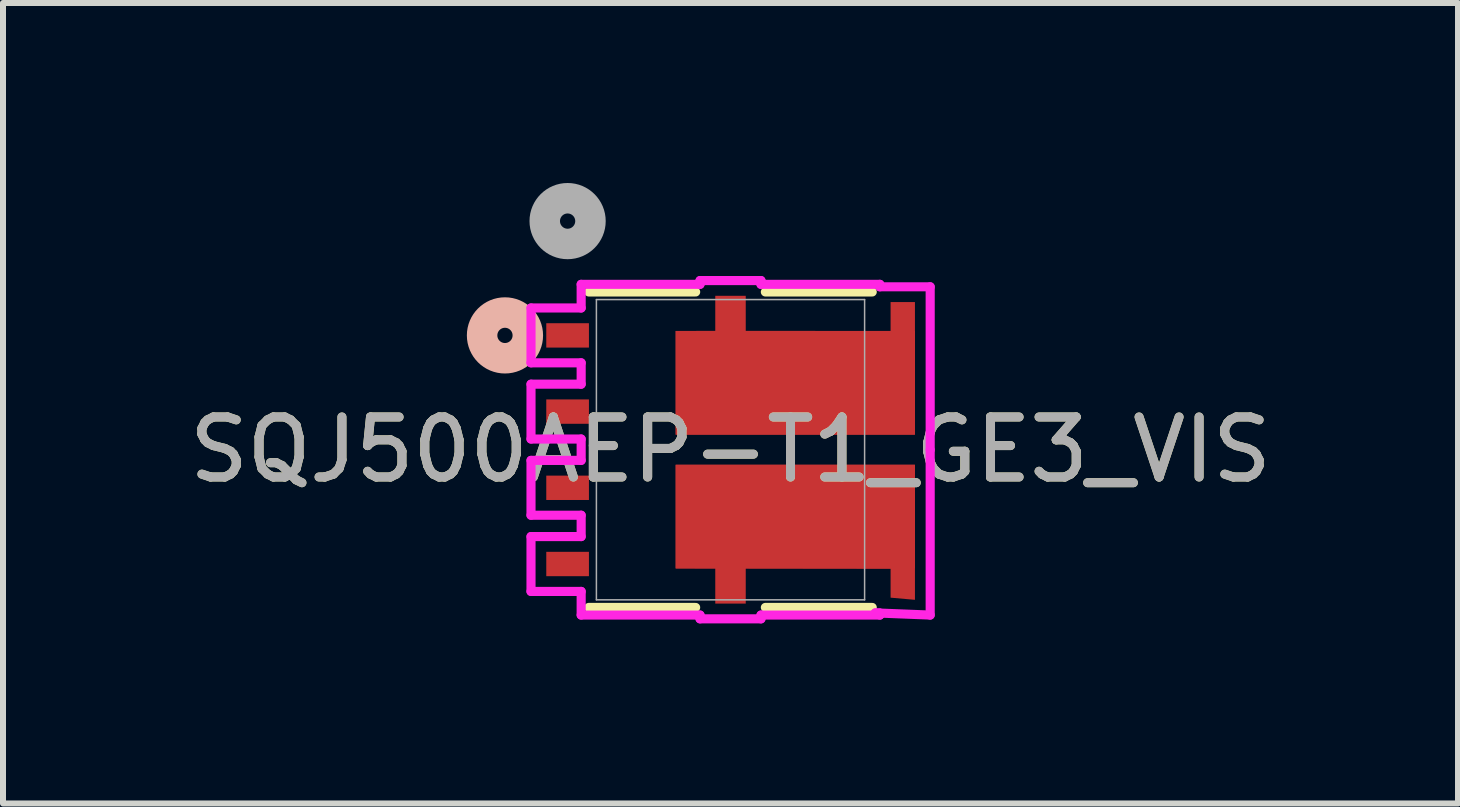
<source format=kicad_pcb>
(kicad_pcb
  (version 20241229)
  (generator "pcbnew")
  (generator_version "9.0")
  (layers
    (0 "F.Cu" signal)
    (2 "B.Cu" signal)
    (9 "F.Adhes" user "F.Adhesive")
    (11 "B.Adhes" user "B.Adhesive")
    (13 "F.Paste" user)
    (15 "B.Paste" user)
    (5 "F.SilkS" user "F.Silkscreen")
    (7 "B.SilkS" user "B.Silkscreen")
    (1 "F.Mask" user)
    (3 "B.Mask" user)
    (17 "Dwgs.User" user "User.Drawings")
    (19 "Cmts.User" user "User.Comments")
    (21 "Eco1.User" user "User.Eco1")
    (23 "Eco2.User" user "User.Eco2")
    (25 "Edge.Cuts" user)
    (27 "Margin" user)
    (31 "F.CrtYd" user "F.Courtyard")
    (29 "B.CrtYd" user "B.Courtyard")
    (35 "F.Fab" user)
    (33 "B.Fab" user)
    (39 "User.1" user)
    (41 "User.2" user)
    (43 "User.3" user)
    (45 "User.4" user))
  (footprint "SQJ500AEP-T1_GE3_VIS"
    (layer "F.Cu")
    (at 9.125 4.445)
    (property "Reference" "SQJ500AEP-T1_GE3_VIS" (at 0 0 0) (unlocked yes) (layer "F.SilkS") (effects (font (size 1 1) (thickness 0.15))))
    (attr smd)
    (fp_poly (pts (xy -0.914 0.251) (xy 3.074 0.251) (xy 3.074 2.502) (xy 2.668 2.466) (xy 2.668 1.984) (xy 0.254 1.981) (xy 0.254 2.565) (xy -0.254 2.565) (xy -0.254 1.981) (xy -0.914 1.979)) (stroke (width 0) (type solid)) (fill yes) (layer "F.Cu"))
    (fp_poly (pts (xy -0.254 -2.565) (xy -0.254 -1.981) (xy -0.914 -1.979) (xy -0.914 -0.251) (xy 3.074 -0.251) (xy 3.074 -2.461) (xy 2.668 -2.461) (xy 2.668 -1.979) (xy 0.254 -1.981) (xy 0.254 -2.565)) (stroke (width 0) (type solid)) (fill yes) (layer "F.Cu"))
    (fp_poly (pts (xy -0.914 0.251) (xy 3.074 0.251) (xy 3.074 2.502) (xy 2.668 2.466) (xy 2.668 1.984) (xy 0.254 1.981) (xy 0.254 2.565) (xy -0.254 2.565) (xy -0.254 1.981) (xy -0.914 1.979)) (stroke (width 0) (type solid)) (fill yes) (layer "F.Mask"))
    (fp_poly (pts (xy -0.254 -2.565) (xy -0.254 -1.981) (xy -0.914 -1.979) (xy -0.914 -0.251) (xy 3.074 -0.251) (xy 3.074 -2.461) (xy 2.668 -2.461) (xy 2.668 -1.979) (xy 0.254 -1.981) (xy 0.254 -2.565)) (stroke (width 0) (type solid)) (fill yes) (layer "F.Mask"))
    (fp_line (start -2.362 2.629) (end -0.581 2.629) (stroke (width 0.152) (type solid)) (layer "F.SilkS"))
    (fp_line (start -0.581 -2.629) (end -2.362 -2.629) (stroke (width 0.152) (type solid)) (layer "F.SilkS"))
    (fp_line (start 0.581 2.629) (end 2.362 2.629) (stroke (width 0.152) (type solid)) (layer "F.SilkS"))
    (fp_line (start 2.362 -2.629) (end 0.581 -2.629) (stroke (width 0.152) (type solid)) (layer "F.SilkS"))
    (fp_circle (center -3.759 -1.905) (end -3.378 -1.905) (stroke (width 0.508) (type solid)) (fill no) (layer "B.SilkS"))
    (fp_poly (pts (xy -0.914 0.251) (xy 3.074 0.251) (xy 3.074 2.502) (xy 2.668 2.466) (xy 2.668 1.984) (xy 0.254 1.981) (xy 0.254 2.565) (xy -0.254 2.565) (xy -0.254 1.981) (xy -0.914 1.979)) (stroke (width 0) (type solid)) (fill yes) (layer "F.Paste"))
    (fp_poly (pts (xy -0.254 -2.565) (xy -0.254 -1.981) (xy -0.914 -1.979) (xy -0.914 -0.251) (xy 3.074 -0.251) (xy 3.074 -2.461) (xy 2.668 -2.461) (xy 2.668 -1.979) (xy 0.254 -1.981) (xy 0.254 -2.565)) (stroke (width 0) (type solid)) (fill yes) (layer "F.Paste"))
    (fp_line (start -3.325 -2.362) (end -3.325 -1.448) (stroke (width 0.152) (type solid)) (layer "F.CrtYd"))
    (fp_line (start -3.325 -1.448) (end -2.489 -1.448) (stroke (width 0.152) (type solid)) (layer "F.CrtYd"))
    (fp_line (start -3.325 -1.092) (end -3.325 -0.178) (stroke (width 0.152) (type solid)) (layer "F.CrtYd"))
    (fp_line (start -3.325 -0.178) (end -2.489 -0.178) (stroke (width 0.152) (type solid)) (layer "F.CrtYd"))
    (fp_line (start -3.325 0.178) (end -3.325 1.092) (stroke (width 0.152) (type solid)) (layer "F.CrtYd"))
    (fp_line (start -3.325 1.092) (end -2.489 1.092) (stroke (width 0.152) (type solid)) (layer "F.CrtYd"))
    (fp_line (start -3.325 1.448) (end -3.325 2.362) (stroke (width 0.152) (type solid)) (layer "F.CrtYd"))
    (fp_line (start -3.325 2.362) (end -2.489 2.362) (stroke (width 0.152) (type solid)) (layer "F.CrtYd"))
    (fp_line (start -2.489 -2.756) (end -2.489 -2.362) (stroke (width 0.152) (type solid)) (layer "F.CrtYd"))
    (fp_line (start -2.489 -2.362) (end -3.325 -2.362) (stroke (width 0.152) (type solid)) (layer "F.CrtYd"))
    (fp_line (start -2.489 -1.448) (end -2.489 -1.092) (stroke (width 0.152) (type solid)) (layer "F.CrtYd"))
    (fp_line (start -2.489 -1.092) (end -3.325 -1.092) (stroke (width 0.152) (type solid)) (layer "F.CrtYd"))
    (fp_line (start -2.489 -0.178) (end -2.489 0.178) (stroke (width 0.152) (type solid)) (layer "F.CrtYd"))
    (fp_line (start -2.489 0.178) (end -3.325 0.178) (stroke (width 0.152) (type solid)) (layer "F.CrtYd"))
    (fp_line (start -2.489 1.092) (end -2.489 1.448) (stroke (width 0.152) (type solid)) (layer "F.CrtYd"))
    (fp_line (start -2.489 1.448) (end -3.325 1.448) (stroke (width 0.152) (type solid)) (layer "F.CrtYd"))
    (fp_line (start -2.489 2.362) (end -2.489 2.756) (stroke (width 0.152) (type solid)) (layer "F.CrtYd"))
    (fp_line (start -2.489 2.756) (end -0.508 2.756) (stroke (width 0.152) (type solid)) (layer "F.CrtYd"))
    (fp_line (start -0.508 -2.819) (end -0.508 -2.756) (stroke (width 0.152) (type solid)) (layer "F.CrtYd"))
    (fp_line (start -0.508 -2.756) (end -2.489 -2.756) (stroke (width 0.152) (type solid)) (layer "F.CrtYd"))
    (fp_line (start -0.508 2.756) (end -0.508 2.819) (stroke (width 0.152) (type solid)) (layer "F.CrtYd"))
    (fp_line (start -0.508 2.819) (end 0.508 2.819) (stroke (width 0.152) (type solid)) (layer "F.CrtYd"))
    (fp_line (start 0.508 -2.819) (end -0.508 -2.819) (stroke (width 0.152) (type solid)) (layer "F.CrtYd"))
    (fp_line (start 0.508 -2.756) (end 0.508 -2.819) (stroke (width 0.152) (type solid)) (layer "F.CrtYd"))
    (fp_line (start 0.508 2.756) (end 2.489 2.756) (stroke (width 0.152) (type solid)) (layer "F.CrtYd"))
    (fp_line (start 0.508 2.819) (end 0.508 2.756) (stroke (width 0.152) (type solid)) (layer "F.CrtYd"))
    (fp_line (start 2.414 2.72) (end 3.328 2.756) (stroke (width 0.152) (type solid)) (layer "F.CrtYd"))
    (fp_line (start 2.489 -2.756) (end 0.508 -2.756) (stroke (width 0.152) (type solid)) (layer "F.CrtYd"))
    (fp_line (start 2.489 -2.715) (end 2.489 -2.756) (stroke (width 0.152) (type solid)) (layer "F.CrtYd"))
    (fp_line (start 2.489 2.723) (end 2.414 2.72) (stroke (width 0.152) (type solid)) (layer "F.CrtYd"))
    (fp_line (start 2.489 2.756) (end 2.489 2.723) (stroke (width 0.152) (type solid)) (layer "F.CrtYd"))
    (fp_line (start 3.328 -2.715) (end 2.489 -2.715) (stroke (width 0.152) (type solid)) (layer "F.CrtYd"))
    (fp_line (start 3.328 0.003) (end 3.328 -2.715) (stroke (width 0.152) (type solid)) (layer "F.CrtYd"))
    (fp_line (start 3.328 2.756) (end 3.328 0.003) (stroke (width 0.152) (type solid)) (layer "F.CrtYd"))
    (fp_line (start -2.235 -2.502) (end -2.235 2.502) (stroke (width 0.025) (type solid)) (layer "F.Fab"))
    (fp_line (start -2.235 2.502) (end 2.235 2.502) (stroke (width 0.025) (type solid)) (layer "F.Fab"))
    (fp_line (start 2.235 -2.502) (end -2.235 -2.502) (stroke (width 0.025) (type solid)) (layer "F.Fab"))
    (fp_line (start 2.235 2.502) (end 2.235 -2.502) (stroke (width 0.025) (type solid)) (layer "F.Fab"))
    (fp_circle (center -2.715 -3.81) (end -2.334 -3.81) (stroke (width 0.508) (type solid)) (fill no) (layer "F.Fab"))
    (fp_text user "${REFERENCE}" (at 0 0 0) (unlocked yes) (layer "F.Fab") (effects (font (size 1 1) (thickness 0.15))))
    (pad "1" smd rect (at -2.715 -1.905) (size 0.711 0.406) (layers "F.Cu" "F.Mask" "F.Paste"))
    (pad "2" smd rect (at -2.715 -0.635) (size 0.711 0.406) (layers "F.Cu" "F.Mask" "F.Paste"))
    (pad "3" smd rect (at -2.715 0.635) (size 0.711 0.406) (layers "F.Cu" "F.Mask" "F.Paste"))
    (pad "4" smd rect (at -2.715 1.905) (size 0.711 0.406) (layers "F.Cu" "F.Mask" "F.Paste"))
    (pad "5" smd rect (at 1.08 1.115) (size 3.988 1.727) (layers "F.Cu" "F.Mask" "F.Paste"))
    (pad "8" smd rect (at 1.08 -1.115) (size 3.988 1.727) (layers "F.Cu" "F.Mask" "F.Paste")))
  (gr_rect
    (start -3 -3)
    (end 21.25 10.341)
    (stroke (width 0.1) (type default))
    (fill no)
    (layer "Edge.Cuts")))
</source>
